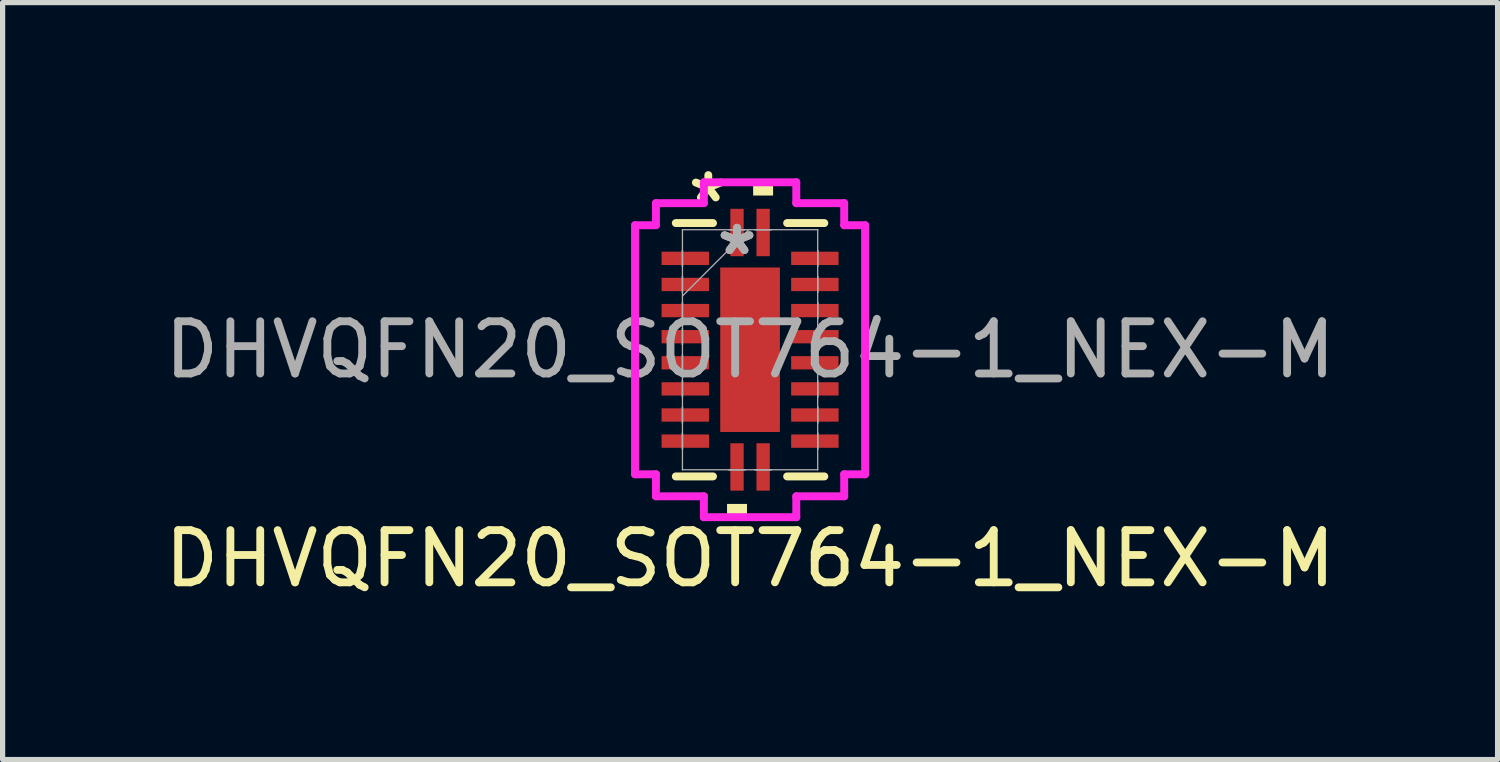
<source format=kicad_pcb>
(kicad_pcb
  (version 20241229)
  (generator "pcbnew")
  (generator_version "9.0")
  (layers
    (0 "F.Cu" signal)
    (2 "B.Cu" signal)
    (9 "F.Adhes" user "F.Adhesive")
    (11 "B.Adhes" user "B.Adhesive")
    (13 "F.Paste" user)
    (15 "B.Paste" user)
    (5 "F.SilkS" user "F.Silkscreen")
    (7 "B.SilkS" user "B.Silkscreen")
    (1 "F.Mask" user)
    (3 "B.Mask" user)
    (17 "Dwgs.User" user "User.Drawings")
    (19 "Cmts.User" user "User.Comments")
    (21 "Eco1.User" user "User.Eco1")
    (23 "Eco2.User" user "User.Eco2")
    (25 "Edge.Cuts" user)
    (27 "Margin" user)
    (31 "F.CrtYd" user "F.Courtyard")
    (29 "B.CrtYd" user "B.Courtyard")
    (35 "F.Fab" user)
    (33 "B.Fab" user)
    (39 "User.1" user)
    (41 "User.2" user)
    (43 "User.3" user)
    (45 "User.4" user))
  (footprint "DHVQFN20_SOT764-1_NEX-M"
    (layer "F.Cu")
    (at 11.315 3.648)
    (property "Reference" "DHVQFN20_SOT764-1_NEX-M" (at 0 4 0) (unlocked yes) (layer "F.SilkS") (effects (font (size 1 1) (thickness 0.15))))
    (attr smd)
    (fp_line (start -1.422 2.426) (end -0.71 2.426) (stroke (width 0.152) (type solid)) (layer "F.SilkS"))
    (fp_line (start -0.71 -2.426) (end -1.422 -2.426) (stroke (width 0.152) (type solid)) (layer "F.SilkS"))
    (fp_line (start 0.71 2.426) (end 1.422 2.426) (stroke (width 0.152) (type solid)) (layer "F.SilkS"))
    (fp_line (start 1.422 -2.426) (end 0.71 -2.426) (stroke (width 0.152) (type solid)) (layer "F.SilkS"))
    (fp_poly (pts (xy -0.441 2.953) (xy -0.441 3.207) (xy -0.059 3.207) (xy -0.059 2.953)) (stroke (width 0) (type solid)) (fill yes) (layer "F.SilkS"))
    (fp_poly (pts (xy 0.059 -2.953) (xy 0.059 -3.207) (xy 0.441 -3.207) (xy 0.441 -2.953)) (stroke (width 0) (type solid)) (fill yes) (layer "F.SilkS"))
    (fp_poly (pts (xy -0.471 -1.475) (xy -0.471 -0.1) (xy 0.471 -0.1) (xy 0.471 -1.475)) (stroke (width 0) (type solid)) (fill yes) (layer "F.Paste"))
    (fp_poly (pts (xy -0.471 0.1) (xy -0.471 1.475) (xy 0.471 1.475) (xy 0.471 0.1)) (stroke (width 0) (type solid)) (fill yes) (layer "F.Paste"))
    (fp_line (start -2.203 -2.385) (end -1.803 -2.385) (stroke (width 0.152) (type solid)) (layer "F.CrtYd"))
    (fp_line (start -2.203 2.385) (end -2.203 -2.385) (stroke (width 0.152) (type solid)) (layer "F.CrtYd"))
    (fp_line (start -1.803 -2.807) (end -0.885 -2.807) (stroke (width 0.152) (type solid)) (layer "F.CrtYd"))
    (fp_line (start -1.803 -2.385) (end -1.803 -2.807) (stroke (width 0.152) (type solid)) (layer "F.CrtYd"))
    (fp_line (start -1.803 2.385) (end -2.203 2.385) (stroke (width 0.152) (type solid)) (layer "F.CrtYd"))
    (fp_line (start -1.803 2.807) (end -1.803 2.385) (stroke (width 0.152) (type solid)) (layer "F.CrtYd"))
    (fp_line (start -0.885 -3.207) (end 0.885 -3.207) (stroke (width 0.152) (type solid)) (layer "F.CrtYd"))
    (fp_line (start -0.885 -2.807) (end -0.885 -3.207) (stroke (width 0.152) (type solid)) (layer "F.CrtYd"))
    (fp_line (start -0.885 2.807) (end -1.803 2.807) (stroke (width 0.152) (type solid)) (layer "F.CrtYd"))
    (fp_line (start -0.885 3.207) (end -0.885 2.807) (stroke (width 0.152) (type solid)) (layer "F.CrtYd"))
    (fp_line (start 0.885 -3.207) (end 0.885 -2.807) (stroke (width 0.152) (type solid)) (layer "F.CrtYd"))
    (fp_line (start 0.885 -2.807) (end 1.803 -2.807) (stroke (width 0.152) (type solid)) (layer "F.CrtYd"))
    (fp_line (start 0.885 2.807) (end 0.885 3.207) (stroke (width 0.152) (type solid)) (layer "F.CrtYd"))
    (fp_line (start 0.885 3.207) (end -0.885 3.207) (stroke (width 0.152) (type solid)) (layer "F.CrtYd"))
    (fp_line (start 1.803 -2.807) (end 1.803 -2.385) (stroke (width 0.152) (type solid)) (layer "F.CrtYd"))
    (fp_line (start 1.803 -2.385) (end 2.203 -2.385) (stroke (width 0.152) (type solid)) (layer "F.CrtYd"))
    (fp_line (start 1.803 2.385) (end 1.803 2.807) (stroke (width 0.152) (type solid)) (layer "F.CrtYd"))
    (fp_line (start 1.803 2.807) (end 0.885 2.807) (stroke (width 0.152) (type solid)) (layer "F.CrtYd"))
    (fp_line (start 2.203 -2.385) (end 2.203 2.385) (stroke (width 0.152) (type solid)) (layer "F.CrtYd"))
    (fp_line (start 2.203 2.385) (end 1.803 2.385) (stroke (width 0.152) (type solid)) (layer "F.CrtYd"))
    (fp_line (start -1.295 -2.299) (end -1.295 -2.299) (stroke (width 0.025) (type solid)) (layer "F.Fab"))
    (fp_line (start -1.295 -2.299) (end -1.295 2.299) (stroke (width 0.025) (type solid)) (layer "F.Fab"))
    (fp_line (start -1.295 -1.902) (end -1.295 -1.902) (stroke (width 0.025) (type solid)) (layer "F.Fab"))
    (fp_line (start -1.295 -1.902) (end -1.295 -1.598) (stroke (width 0.025) (type solid)) (layer "F.Fab"))
    (fp_line (start -1.295 -1.598) (end -1.295 -1.902) (stroke (width 0.025) (type solid)) (layer "F.Fab"))
    (fp_line (start -1.295 -1.598) (end -1.295 -1.598) (stroke (width 0.025) (type solid)) (layer "F.Fab"))
    (fp_line (start -1.295 -1.402) (end -1.295 -1.402) (stroke (width 0.025) (type solid)) (layer "F.Fab"))
    (fp_line (start -1.295 -1.402) (end -1.295 -1.098) (stroke (width 0.025) (type solid)) (layer "F.Fab"))
    (fp_line (start -1.295 -1.098) (end -1.295 -1.402) (stroke (width 0.025) (type solid)) (layer "F.Fab"))
    (fp_line (start -1.295 -1.098) (end -1.295 -1.098) (stroke (width 0.025) (type solid)) (layer "F.Fab"))
    (fp_line (start -1.295 -1.029) (end -0.025 -2.299) (stroke (width 0.025) (type solid)) (layer "F.Fab"))
    (fp_line (start -1.295 -0.902) (end -1.295 -0.902) (stroke (width 0.025) (type solid)) (layer "F.Fab"))
    (fp_line (start -1.295 -0.902) (end -1.295 -0.598) (stroke (width 0.025) (type solid)) (layer "F.Fab"))
    (fp_line (start -1.295 -0.598) (end -1.295 -0.902) (stroke (width 0.025) (type solid)) (layer "F.Fab"))
    (fp_line (start -1.295 -0.598) (end -1.295 -0.598) (stroke (width 0.025) (type solid)) (layer "F.Fab"))
    (fp_line (start -1.295 -0.402) (end -1.295 -0.402) (stroke (width 0.025) (type solid)) (layer "F.Fab"))
    (fp_line (start -1.295 -0.402) (end -1.295 -0.098) (stroke (width 0.025) (type solid)) (layer "F.Fab"))
    (fp_line (start -1.295 -0.098) (end -1.295 -0.402) (stroke (width 0.025) (type solid)) (layer "F.Fab"))
    (fp_line (start -1.295 -0.098) (end -1.295 -0.098) (stroke (width 0.025) (type solid)) (layer "F.Fab"))
    (fp_line (start -1.295 0.098) (end -1.295 0.098) (stroke (width 0.025) (type solid)) (layer "F.Fab"))
    (fp_line (start -1.295 0.098) (end -1.295 0.402) (stroke (width 0.025) (type solid)) (layer "F.Fab"))
    (fp_line (start -1.295 0.402) (end -1.295 0.098) (stroke (width 0.025) (type solid)) (layer "F.Fab"))
    (fp_line (start -1.295 0.402) (end -1.295 0.402) (stroke (width 0.025) (type solid)) (layer "F.Fab"))
    (fp_line (start -1.295 0.598) (end -1.295 0.598) (stroke (width 0.025) (type solid)) (layer "F.Fab"))
    (fp_line (start -1.295 0.598) (end -1.295 0.902) (stroke (width 0.025) (type solid)) (layer "F.Fab"))
    (fp_line (start -1.295 0.902) (end -1.295 0.598) (stroke (width 0.025) (type solid)) (layer "F.Fab"))
    (fp_line (start -1.295 0.902) (end -1.295 0.902) (stroke (width 0.025) (type solid)) (layer "F.Fab"))
    (fp_line (start -1.295 1.098) (end -1.295 1.098) (stroke (width 0.025) (type solid)) (layer "F.Fab"))
    (fp_line (start -1.295 1.098) (end -1.295 1.402) (stroke (width 0.025) (type solid)) (layer "F.Fab"))
    (fp_line (start -1.295 1.402) (end -1.295 1.098) (stroke (width 0.025) (type solid)) (layer "F.Fab"))
    (fp_line (start -1.295 1.402) (end -1.295 1.402) (stroke (width 0.025) (type solid)) (layer "F.Fab"))
    (fp_line (start -1.295 1.598) (end -1.295 1.598) (stroke (width 0.025) (type solid)) (layer "F.Fab"))
    (fp_line (start -1.295 1.598) (end -1.295 1.902) (stroke (width 0.025) (type solid)) (layer "F.Fab"))
    (fp_line (start -1.295 1.902) (end -1.295 1.598) (stroke (width 0.025) (type solid)) (layer "F.Fab"))
    (fp_line (start -1.295 1.902) (end -1.295 1.902) (stroke (width 0.025) (type solid)) (layer "F.Fab"))
    (fp_line (start -1.295 2.299) (end -1.295 2.299) (stroke (width 0.025) (type solid)) (layer "F.Fab"))
    (fp_line (start -1.295 2.299) (end 1.295 2.299) (stroke (width 0.025) (type solid)) (layer "F.Fab"))
    (fp_line (start -0.402 -2.299) (end -0.402 -2.299) (stroke (width 0.025) (type solid)) (layer "F.Fab"))
    (fp_line (start -0.402 -2.299) (end -0.098 -2.299) (stroke (width 0.025) (type solid)) (layer "F.Fab"))
    (fp_line (start -0.402 2.299) (end -0.402 2.299) (stroke (width 0.025) (type solid)) (layer "F.Fab"))
    (fp_line (start -0.402 2.299) (end -0.098 2.299) (stroke (width 0.025) (type solid)) (layer "F.Fab"))
    (fp_line (start -0.098 -2.299) (end -0.402 -2.299) (stroke (width 0.025) (type solid)) (layer "F.Fab"))
    (fp_line (start -0.098 -2.299) (end -0.098 -2.299) (stroke (width 0.025) (type solid)) (layer "F.Fab"))
    (fp_line (start -0.098 2.299) (end -0.402 2.299) (stroke (width 0.025) (type solid)) (layer "F.Fab"))
    (fp_line (start -0.098 2.299) (end -0.098 2.299) (stroke (width 0.025) (type solid)) (layer "F.Fab"))
    (fp_line (start 0.098 -2.299) (end 0.098 -2.299) (stroke (width 0.025) (type solid)) (layer "F.Fab"))
    (fp_line (start 0.098 -2.299) (end 0.402 -2.299) (stroke (width 0.025) (type solid)) (layer "F.Fab"))
    (fp_line (start 0.098 2.299) (end 0.098 2.299) (stroke (width 0.025) (type solid)) (layer "F.Fab"))
    (fp_line (start 0.098 2.299) (end 0.402 2.299) (stroke (width 0.025) (type solid)) (layer "F.Fab"))
    (fp_line (start 0.402 -2.299) (end 0.098 -2.299) (stroke (width 0.025) (type solid)) (layer "F.Fab"))
    (fp_line (start 0.402 -2.299) (end 0.402 -2.299) (stroke (width 0.025) (type solid)) (layer "F.Fab"))
    (fp_line (start 0.402 2.299) (end 0.098 2.299) (stroke (width 0.025) (type solid)) (layer "F.Fab"))
    (fp_line (start 0.402 2.299) (end 0.402 2.299) (stroke (width 0.025) (type solid)) (layer "F.Fab"))
    (fp_line (start 1.295 -2.299) (end -1.295 -2.299) (stroke (width 0.025) (type solid)) (layer "F.Fab"))
    (fp_line (start 1.295 -2.299) (end 1.295 -2.299) (stroke (width 0.025) (type solid)) (layer "F.Fab"))
    (fp_line (start 1.295 -1.902) (end 1.295 -1.902) (stroke (width 0.025) (type solid)) (layer "F.Fab"))
    (fp_line (start 1.295 -1.902) (end 1.295 -1.598) (stroke (width 0.025) (type solid)) (layer "F.Fab"))
    (fp_line (start 1.295 -1.598) (end 1.295 -1.902) (stroke (width 0.025) (type solid)) (layer "F.Fab"))
    (fp_line (start 1.295 -1.598) (end 1.295 -1.598) (stroke (width 0.025) (type solid)) (layer "F.Fab"))
    (fp_line (start 1.295 -1.402) (end 1.295 -1.402) (stroke (width 0.025) (type solid)) (layer "F.Fab"))
    (fp_line (start 1.295 -1.402) (end 1.295 -1.098) (stroke (width 0.025) (type solid)) (layer "F.Fab"))
    (fp_line (start 1.295 -1.098) (end 1.295 -1.402) (stroke (width 0.025) (type solid)) (layer "F.Fab"))
    (fp_line (start 1.295 -1.098) (end 1.295 -1.098) (stroke (width 0.025) (type solid)) (layer "F.Fab"))
    (fp_line (start 1.295 -0.902) (end 1.295 -0.902) (stroke (width 0.025) (type solid)) (layer "F.Fab"))
    (fp_line (start 1.295 -0.902) (end 1.295 -0.598) (stroke (width 0.025) (type solid)) (layer "F.Fab"))
    (fp_line (start 1.295 -0.598) (end 1.295 -0.902) (stroke (width 0.025) (type solid)) (layer "F.Fab"))
    (fp_line (start 1.295 -0.598) (end 1.295 -0.598) (stroke (width 0.025) (type solid)) (layer "F.Fab"))
    (fp_line (start 1.295 -0.402) (end 1.295 -0.402) (stroke (width 0.025) (type solid)) (layer "F.Fab"))
    (fp_line (start 1.295 -0.402) (end 1.295 -0.098) (stroke (width 0.025) (type solid)) (layer "F.Fab"))
    (fp_line (start 1.295 -0.098) (end 1.295 -0.402) (stroke (width 0.025) (type solid)) (layer "F.Fab"))
    (fp_line (start 1.295 -0.098) (end 1.295 -0.098) (stroke (width 0.025) (type solid)) (layer "F.Fab"))
    (fp_line (start 1.295 0.098) (end 1.295 0.098) (stroke (width 0.025) (type solid)) (layer "F.Fab"))
    (fp_line (start 1.295 0.098) (end 1.295 0.402) (stroke (width 0.025) (type solid)) (layer "F.Fab"))
    (fp_line (start 1.295 0.402) (end 1.295 0.098) (stroke (width 0.025) (type solid)) (layer "F.Fab"))
    (fp_line (start 1.295 0.402) (end 1.295 0.402) (stroke (width 0.025) (type solid)) (layer "F.Fab"))
    (fp_line (start 1.295 0.598) (end 1.295 0.598) (stroke (width 0.025) (type solid)) (layer "F.Fab"))
    (fp_line (start 1.295 0.598) (end 1.295 0.902) (stroke (width 0.025) (type solid)) (layer "F.Fab"))
    (fp_line (start 1.295 0.902) (end 1.295 0.598) (stroke (width 0.025) (type solid)) (layer "F.Fab"))
    (fp_line (start 1.295 0.902) (end 1.295 0.902) (stroke (width 0.025) (type solid)) (layer "F.Fab"))
    (fp_line (start 1.295 1.098) (end 1.295 1.098) (stroke (width 0.025) (type solid)) (layer "F.Fab"))
    (fp_line (start 1.295 1.098) (end 1.295 1.402) (stroke (width 0.025) (type solid)) (layer "F.Fab"))
    (fp_line (start 1.295 1.402) (end 1.295 1.098) (stroke (width 0.025) (type solid)) (layer "F.Fab"))
    (fp_line (start 1.295 1.402) (end 1.295 1.402) (stroke (width 0.025) (type solid)) (layer "F.Fab"))
    (fp_line (start 1.295 1.598) (end 1.295 1.598) (stroke (width 0.025) (type solid)) (layer "F.Fab"))
    (fp_line (start 1.295 1.598) (end 1.295 1.902) (stroke (width 0.025) (type solid)) (layer "F.Fab"))
    (fp_line (start 1.295 1.902) (end 1.295 1.598) (stroke (width 0.025) (type solid)) (layer "F.Fab"))
    (fp_line (start 1.295 1.902) (end 1.295 1.902) (stroke (width 0.025) (type solid)) (layer "F.Fab"))
    (fp_line (start 1.295 2.299) (end 1.295 -2.299) (stroke (width 0.025) (type solid)) (layer "F.Fab"))
    (fp_line (start 1.295 2.299) (end 1.295 2.299) (stroke (width 0.025) (type solid)) (layer "F.Fab"))
    (fp_text user "*" (at -0.8 -2.8 0) (unlocked yes) (layer "F.SilkS") (effects (font (size 1 1) (thickness 0.15))))
    (fp_text user "*" (at -0.25 -1.791 0) (layer "F.Fab") (effects (font (size 1 1) (thickness 0.15))))
    (fp_text user "*" (at -0.25 -1.791 0) (unlocked yes) (layer "F.Fab") (effects (font (size 1 1) (thickness 0.15))))
    (fp_text user "${REFERENCE}" (at 0 0 0) (unlocked yes) (layer "F.Fab") (effects (font (size 1 1) (thickness 0.15))))
    (pad "1" smd rect (at -0.25 -2.245) (size 0.255 0.908) (layers "F.Cu" "F.Mask" "F.Paste"))
    (pad "2" smd rect (at -1.241 -1.75 90) (size 0.255 0.908) (layers "F.Cu" "F.Mask" "F.Paste"))
    (pad "3" smd rect (at -1.241 -1.25 90) (size 0.255 0.908) (layers "F.Cu" "F.Mask" "F.Paste"))
    (pad "4" smd rect (at -1.241 -0.75 90) (size 0.255 0.908) (layers "F.Cu" "F.Mask" "F.Paste"))
    (pad "5" smd rect (at -1.241 -0.25 90) (size 0.255 0.908) (layers "F.Cu" "F.Mask" "F.Paste"))
    (pad "6" smd rect (at -1.241 0.25 90) (size 0.255 0.908) (layers "F.Cu" "F.Mask" "F.Paste"))
    (pad "7" smd rect (at -1.241 0.75 90) (size 0.255 0.908) (layers "F.Cu" "F.Mask" "F.Paste"))
    (pad "8" smd rect (at -1.241 1.25 90) (size 0.255 0.908) (layers "F.Cu" "F.Mask" "F.Paste"))
    (pad "9" smd rect (at -1.241 1.75 90) (size 0.255 0.908) (layers "F.Cu" "F.Mask" "F.Paste"))
    (pad "10" smd rect (at -0.25 2.245) (size 0.255 0.908) (layers "F.Cu" "F.Mask" "F.Paste"))
    (pad "11" smd rect (at 0.25 2.245) (size 0.255 0.908) (layers "F.Cu" "F.Mask" "F.Paste"))
    (pad "12" smd rect (at 1.241 1.75 90) (size 0.255 0.908) (layers "F.Cu" "F.Mask" "F.Paste"))
    (pad "13" smd rect (at 1.241 1.25 90) (size 0.255 0.908) (layers "F.Cu" "F.Mask" "F.Paste"))
    (pad "14" smd rect (at 1.241 0.75 90) (size 0.255 0.908) (layers "F.Cu" "F.Mask" "F.Paste"))
    (pad "15" smd rect (at 1.241 0.25 90) (size 0.255 0.908) (layers "F.Cu" "F.Mask" "F.Paste"))
    (pad "16" smd rect (at 1.241 -0.25 90) (size 0.255 0.908) (layers "F.Cu" "F.Mask" "F.Paste"))
    (pad "17" smd rect (at 1.241 -0.75 90) (size 0.255 0.908) (layers "F.Cu" "F.Mask" "F.Paste"))
    (pad "18" smd rect (at 1.241 -1.25 90) (size 0.255 0.908) (layers "F.Cu" "F.Mask" "F.Paste"))
    (pad "19" smd rect (at 1.241 -1.75 90) (size 0.255 0.908) (layers "F.Cu" "F.Mask" "F.Paste"))
    (pad "20" smd rect (at 0.25 -2.245) (size 0.255 0.908) (layers "F.Cu" "F.Mask" "F.Paste"))
    (pad "21" smd rect (at 0 0) (size 1.143 3.15) (layers "F.Cu" "F.Mask" "F.Paste")))
  (gr_rect
    (start -3 -3)
    (end 25.631 11.496)
    (stroke (width 0.1) (type default))
    (fill no)
    (layer "Edge.Cuts")))
</source>
